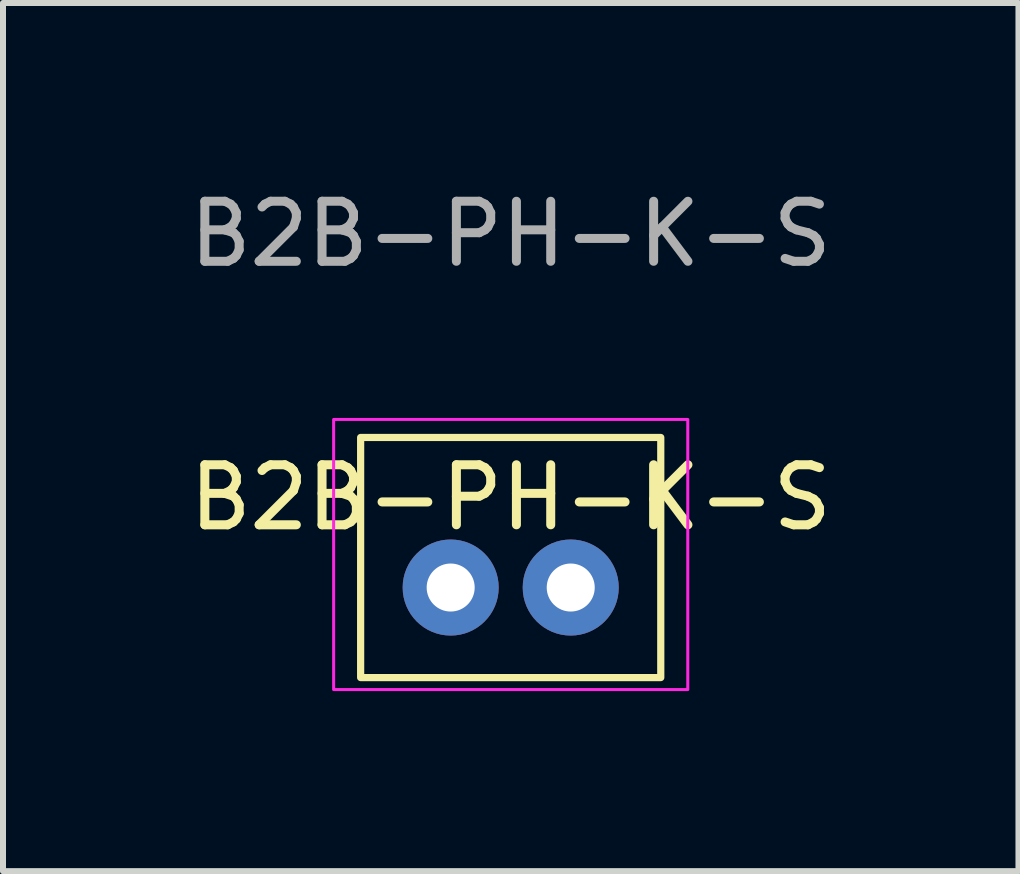
<source format=kicad_pcb>
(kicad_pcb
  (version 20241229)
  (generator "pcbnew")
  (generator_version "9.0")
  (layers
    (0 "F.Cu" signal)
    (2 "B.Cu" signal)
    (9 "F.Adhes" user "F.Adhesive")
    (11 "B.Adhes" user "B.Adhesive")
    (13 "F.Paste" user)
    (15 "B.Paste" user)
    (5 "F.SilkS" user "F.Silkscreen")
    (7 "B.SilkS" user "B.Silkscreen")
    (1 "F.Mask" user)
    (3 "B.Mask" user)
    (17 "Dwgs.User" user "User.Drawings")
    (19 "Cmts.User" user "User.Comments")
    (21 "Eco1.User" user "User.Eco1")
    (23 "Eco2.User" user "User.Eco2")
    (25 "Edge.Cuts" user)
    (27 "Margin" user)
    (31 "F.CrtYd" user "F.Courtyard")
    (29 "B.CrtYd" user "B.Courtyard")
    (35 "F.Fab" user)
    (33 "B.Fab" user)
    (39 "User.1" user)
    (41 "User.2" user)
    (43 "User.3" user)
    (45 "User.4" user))
  (footprint "B2B-PH-K-S"
    (layer "F.Cu")
    (at 5.458 6.738)
    (property "Reference" "B2B-PH-K-S" (at 0 -1.5 0) (unlocked yes) (layer "F.SilkS") (effects (font (size 1 1) (thickness 0.15))))
    (attr through_hole)
    (fp_rect (start -2.5 -2.5) (end 2.5 1.5) (stroke (width 0.12) (type solid)) (fill no) (layer "F.SilkS"))
    (fp_rect (start -2.95 -2.8) (end 2.95 1.7) (stroke (width 0.05) (type solid)) (fill no) (layer "F.CrtYd"))
    (fp_text user "${REFERENCE}" (at 0 -5.89 0) (unlocked yes) (layer "F.Fab") (effects (font (size 1 1) (thickness 0.15))))
    (pad "1" thru_hole circle (at -1 0) (size 1.6 1.6) (drill 0.8) (layers "*.Cu" "*.Mask"))
    (pad "2" thru_hole circle (at 1 0) (size 1.6 1.6) (drill 0.8) (layers "*.Cu" "*.Mask")))
  (gr_rect
    (start -3 -3)
    (end 13.917 11.463)
    (stroke (width 0.1) (type default))
    (fill no)
    (layer "Edge.Cuts")))
</source>
